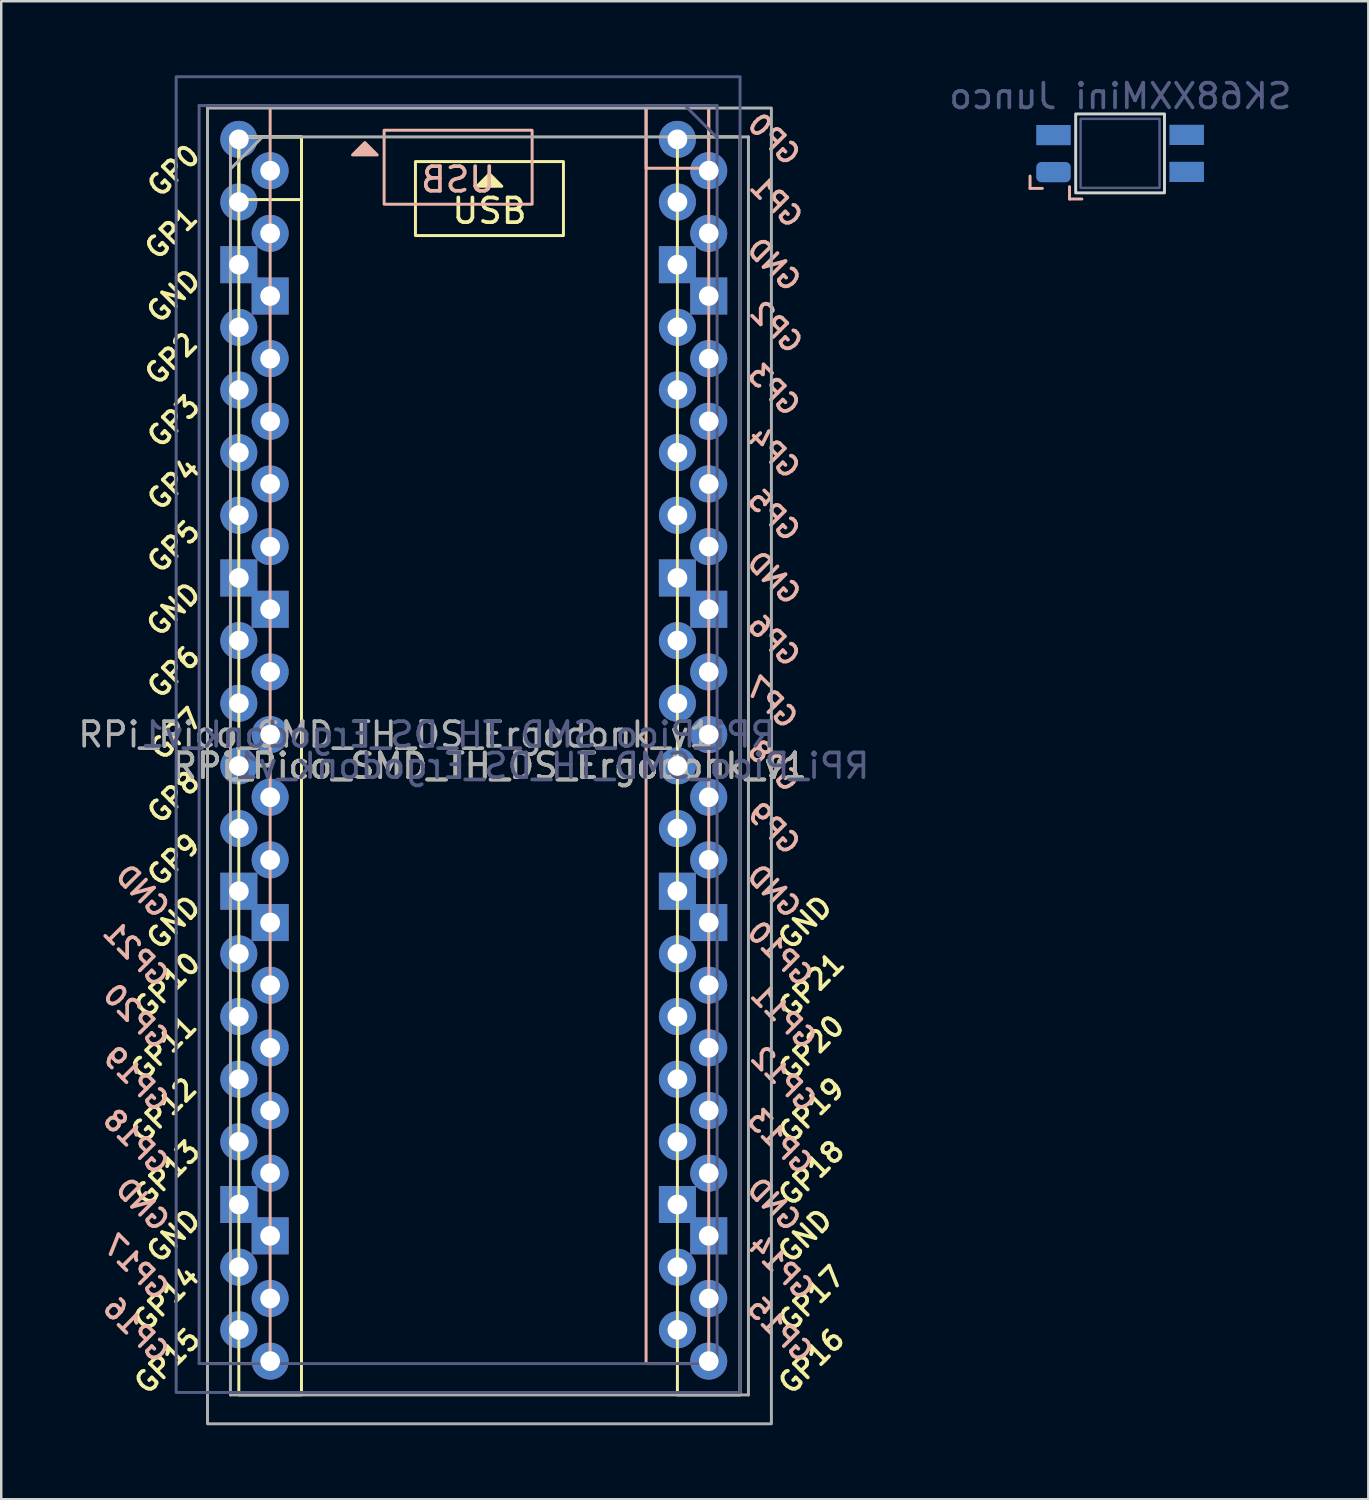
<source format=kicad_pcb>
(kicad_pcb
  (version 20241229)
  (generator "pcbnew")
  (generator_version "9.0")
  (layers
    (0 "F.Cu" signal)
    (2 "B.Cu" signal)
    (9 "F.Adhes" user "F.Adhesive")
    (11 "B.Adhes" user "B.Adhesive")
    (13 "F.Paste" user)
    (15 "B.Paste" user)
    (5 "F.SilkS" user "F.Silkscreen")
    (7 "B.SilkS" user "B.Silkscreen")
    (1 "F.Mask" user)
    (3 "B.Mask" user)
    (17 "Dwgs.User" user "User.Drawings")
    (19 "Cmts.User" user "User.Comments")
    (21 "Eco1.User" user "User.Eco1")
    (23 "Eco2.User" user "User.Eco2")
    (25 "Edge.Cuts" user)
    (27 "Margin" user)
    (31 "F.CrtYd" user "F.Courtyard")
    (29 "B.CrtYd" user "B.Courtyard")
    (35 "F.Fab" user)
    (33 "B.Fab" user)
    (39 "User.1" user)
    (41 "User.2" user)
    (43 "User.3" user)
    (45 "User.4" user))
  (footprint "SK68XXMini Junco"
    (layer "F.Cu")
    (at 42.358 3.168)
    (property "Reference" "SK68XXMini Junco" (at 0.01 -2.32 0) (unlocked yes) (layer "B.Fab") (effects (font (size 1 1) (thickness 0.15)) (justify mirror)))
    (attr smd)
    (fp_line (start -3.65 0.92) (end -3.65 1.42) (stroke (width 0.12) (type solid)) (layer "B.SilkS"))
    (fp_line (start -3.65 1.42) (end -3.15 1.42) (stroke (width 0.12) (type solid)) (layer "B.SilkS"))
    (fp_line (start -2.05 1.35) (end -2.05 1.85) (stroke (width 0.12) (type solid)) (layer "B.SilkS"))
    (fp_line (start -2.05 1.85) (end -1.55 1.85) (stroke (width 0.12) (type solid)) (layer "B.SilkS"))
    (fp_rect (start -1.8 -1.6) (end 1.8 1.6) (stroke (width 0.12) (type solid)) (fill no) (layer "Edge.Cuts"))
    (fp_rect (start -1.6 -1.4) (end 1.6 1.4) (stroke (width 0.1) (type solid)) (fill no) (layer "B.Fab"))
    (pad "1" smd rect (at 2.7 -0.75) (size 1.4 0.82) (layers "B.Cu" "B.Mask" "B.Paste"))
    (pad "2" smd rect (at 2.7 0.75) (size 1.4 0.82) (layers "B.Cu" "B.Mask" "B.Paste"))
    (pad "3" smd roundrect (at -2.7 0.76) (size 1.4 0.82) (layers "B.Cu" "B.Mask" "B.Paste") (roundrect_rratio 0.25))
    (pad "4" smd rect (at -2.7 -0.74) (size 1.4 0.82) (layers "B.Cu" "B.Mask" "B.Paste")))
  (footprint "RPi_Pico_SMD_TH_DS_Ergodonk_v1"
    (layer "F.Cu")
    (at 16.157 27.365)
    (property "Reference" "RPi_Pico_SMD_TH_DS_Ergodonk_v1" (at 0.635 0.635 0) (layer "F.SilkS") (effects (font (size 1 1) (thickness 0.15))))
    (attr through_hole)
    (fp_rect (start -9.525 -24.865) (end -6.985 -22.325) (stroke (width 0.12) (type default)) (fill no) (layer "F.SilkS"))
    (fp_rect (start -9.525 -24.865) (end -6.985 26.135) (stroke (width 0.12) (type default)) (fill no) (layer "F.SilkS"))
    (fp_rect (start -2.365 -23.865) (end 3.635 -20.865) (stroke (width 0.12) (type solid)) (fill no) (layer "F.SilkS"))
    (fp_rect (start 8.255 -24.865) (end 10.795 26.135) (stroke (width 0.12) (type default)) (fill no) (layer "F.SilkS"))
    (fp_poly (pts (xy 1.135 -22.865) (xy 0.135 -22.865) (xy 0.635 -23.365)) (stroke (width 0.12) (type solid)) (fill yes) (layer "F.SilkS"))
    (fp_rect (start -8.255 -26.135) (end -10.795 24.865) (stroke (width 0.12) (type default)) (fill no) (layer "B.SilkS"))
    (fp_rect (start 2.365 -25.135) (end -3.635 -22.135) (stroke (width 0.12) (type solid)) (fill no) (layer "B.SilkS"))
    (fp_rect (start 9.525 -26.135) (end 6.985 -23.595) (stroke (width 0.12) (type default)) (fill no) (layer "B.SilkS"))
    (fp_rect (start 9.525 -26.135) (end 6.985 24.865) (stroke (width 0.12) (type default)) (fill no) (layer "B.SilkS"))
    (fp_poly (pts (xy -4.915 -24.135) (xy -3.915 -24.135) (xy -4.415 -24.635)) (stroke (width 0.12) (type solid)) (fill yes) (layer "B.SilkS"))
    (fp_line (start -11.135 -26.135) (end -11.135 24.865) (stroke (width 0.12) (type solid)) (layer "B.Fab"))
    (fp_line (start -11.135 24.865) (end 9.865 24.865) (stroke (width 0.12) (type solid)) (layer "B.Fab"))
    (fp_line (start 9.865 -26.135) (end -11.135 -26.135) (stroke (width 0.12) (type solid)) (layer "B.Fab"))
    (fp_line (start 9.865 -24.835) (end 8.565 -26.135) (stroke (width 0.12) (type solid)) (layer "B.Fab"))
    (fp_line (start 9.865 24.865) (end 9.865 -26.135) (stroke (width 0.12) (type solid)) (layer "B.Fab"))
    (fp_rect (start 10.795 -27.305) (end -12.065 26.035) (stroke (width 0.12) (type solid)) (fill no) (layer "B.Fab"))
    (fp_line (start -9.865 -24.865) (end 11.135 -24.865) (stroke (width 0.12) (type solid)) (layer "F.Fab"))
    (fp_line (start -9.865 -23.565) (end -8.565 -24.865) (stroke (width 0.12) (type solid)) (layer "F.Fab"))
    (fp_line (start -9.865 26.135) (end -9.865 -24.865) (stroke (width 0.12) (type solid)) (layer "F.Fab"))
    (fp_line (start 11.135 -24.865) (end 11.135 26.135) (stroke (width 0.12) (type solid)) (layer "F.Fab"))
    (fp_line (start 11.135 26.135) (end -9.865 26.135) (stroke (width 0.12) (type solid)) (layer "F.Fab"))
    (fp_rect (start -10.795 -26.035) (end 12.065 27.305) (stroke (width 0.12) (type solid)) (fill no) (layer "F.Fab"))
    (fp_text user "GP2" (at -12.265 -15.875 45) (layer "F.SilkS") (effects (font (size 0.8 0.8) (thickness 0.15))))
    (fp_text user "GP10" (at -12.419 9.525 45) (layer "F.SilkS") (effects (font (size 0.8 0.8) (thickness 0.15))))
    (fp_text user "GP17" (at 13.689 22.225 45) (layer "F.SilkS") (effects (font (size 0.8 0.8) (thickness 0.15))))
    (fp_text user "GP14" (at -12.465 22.225 45) (layer "F.SilkS") (effects (font (size 0.8 0.8) (thickness 0.15))))
    (fp_text user "GP18" (at 13.689 17.145 45) (layer "F.SilkS") (effects (font (size 0.8 0.8) (thickness 0.15))))
    (fp_text user "GP12" (at -12.565 14.605 45) (layer "F.SilkS") (effects (font (size 0.8 0.8) (thickness 0.15))))
    (fp_text user "GP3" (at -12.165 -13.335 45) (layer "F.SilkS") (effects (font (size 0.8 0.8) (thickness 0.15))))
    (fp_text user "GND" (at -12.165 -18.415 45) (layer "F.SilkS") (effects (font (size 0.8 0.8) (thickness 0.15))))
    (fp_text user "GP20" (at 13.689 12.065 45) (layer "F.SilkS") (effects (font (size 0.8 0.8) (thickness 0.15))))
    (fp_text user "GND" (at -12.165 -5.715 45) (layer "F.SilkS") (effects (font (size 0.8 0.8) (thickness 0.15))))
    (fp_text user "USB" (at 0.635 -21.865 0) (unlocked yes) (layer "F.SilkS") (effects (font (size 1 1) (thickness 0.15))))
    (fp_text user "GP7" (at -12.065 -0.665 45) (layer "F.SilkS") (effects (font (size 0.8 0.8) (thickness 0.15))))
    (fp_text user "GP21" (at 13.689 9.535 45) (layer "F.SilkS") (effects (font (size 0.8 0.8) (thickness 0.15))))
    (fp_text user "GP0" (at -12.165 -23.495 45) (layer "F.SilkS") (effects (font (size 0.8 0.8) (thickness 0.15))))
    (fp_text user "GP9" (at -12.165 4.445 45) (layer "F.SilkS") (effects (font (size 0.8 0.8) (thickness 0.15))))
    (fp_text user "GP11" (at -12.565 12.065 45) (layer "F.SilkS") (effects (font (size 0.8 0.8) (thickness 0.15))))
    (fp_text user "GP4" (at -12.165 -10.795 45) (layer "F.SilkS") (effects (font (size 0.8 0.8) (thickness 0.15))))
    (fp_text user "GP16" (at 13.689 24.765 45) (layer "F.SilkS") (effects (font (size 0.8 0.8) (thickness 0.15))))
    (fp_text user "GP19" (at 13.689 14.605 45) (layer "F.SilkS") (effects (font (size 0.8 0.8) (thickness 0.15))))
    (fp_text user "GP15" (at -12.419 24.765 45) (layer "F.SilkS") (effects (font (size 0.8 0.8) (thickness 0.15))))
    (fp_text user "GP6" (at -12.165 -3.175 45) (layer "F.SilkS") (effects (font (size 0.8 0.8) (thickness 0.15))))
    (fp_text user "GND" (at -12.165 19.685 45) (layer "F.SilkS") (effects (font (size 0.8 0.8) (thickness 0.15))))
    (fp_text user "GND" (at -12.165 6.985 45) (layer "F.SilkS") (effects (font (size 0.8 0.8) (thickness 0.15))))
    (fp_text user "GP5" (at -12.165 -8.255 45) (layer "F.SilkS") (effects (font (size 0.8 0.8) (thickness 0.15))))
    (fp_text user "GP1" (at -12.265 -20.965 45) (layer "F.SilkS") (effects (font (size 0.8 0.8) (thickness 0.15))))
    (fp_text user "GP8" (at -12.165 1.905 45) (layer "F.SilkS") (effects (font (size 0.8 0.8) (thickness 0.15))))
    (fp_text user "GP13" (at -12.419 17.145 45) (layer "F.SilkS") (effects (font (size 0.8 0.8) (thickness 0.15))))
    (fp_text user "GND" (at 13.435 6.985 45) (layer "F.SilkS") (effects (font (size 0.8 0.8) (thickness 0.15))))
    (fp_text user "GND" (at 13.435 19.685 45) (layer "F.SilkS") (effects (font (size 0.8 0.8) (thickness 0.15))))
    (fp_text user "GP3" (at 12.165 -14.605 315) (layer "B.SilkS") (effects (font (size 0.8 0.8) (thickness 0.15)) (justify mirror)))
    (fp_text user "GND" (at 12.165 -19.685 315) (layer "B.SilkS") (effects (font (size 0.8 0.8) (thickness 0.15)) (justify mirror)))
    (fp_text user "GP7" (at 12.065 -1.935 315) (layer "B.SilkS") (effects (font (size 0.8 0.8) (thickness 0.15)) (justify mirror)))
    (fp_text user "GP17" (at -13.689 20.955 315) (layer "B.SilkS") (effects (font (size 0.8 0.8) (thickness 0.15)) (justify mirror)))
    (fp_text user "GP20" (at -13.689 10.795 315) (layer "B.SilkS") (effects (font (size 0.8 0.8) (thickness 0.15)) (justify mirror)))
    (fp_text user "GP1" (at 12.265 -22.235 315) (layer "B.SilkS") (effects (font (size 0.8 0.8) (thickness 0.15)) (justify mirror)))
    (fp_text user "GND" (at -13.435 5.715 315) (layer "B.SilkS") (effects (font (size 0.8 0.8) (thickness 0.15)) (justify mirror)))
    (fp_text user "GP10" (at 12.419 8.255 315) (layer "B.SilkS") (effects (font (size 0.8 0.8) (thickness 0.15)) (justify mirror)))
    (fp_text user "GND" (at -13.435 18.415 315) (layer "B.SilkS") (effects (font (size 0.8 0.8) (thickness 0.15)) (justify mirror)))
    (fp_text user "USB" (at -0.635 -23.135 0) (unlocked yes) (layer "B.SilkS") (effects (font (size 1 1) (thickness 0.15)) (justify mirror)))
    (fp_text user "GP12" (at 12.565 13.335 315) (layer "B.SilkS") (effects (font (size 0.8 0.8) (thickness 0.15)) (justify mirror)))
    (fp_text user "GP6" (at 12.165 -4.445 315) (layer "B.SilkS") (effects (font (size 0.8 0.8) (thickness 0.15)) (justify mirror)))
    (fp_text user "GP15" (at 12.419 23.495 315) (layer "B.SilkS") (effects (font (size 0.8 0.8) (thickness 0.15)) (justify mirror)))
    (fp_text user "GP9" (at 12.165 3.175 315) (layer "B.SilkS") (effects (font (size 0.8 0.8) (thickness 0.15)) (justify mirror)))
    (fp_text user "GP2" (at 12.265 -17.145 315) (layer "B.SilkS") (effects (font (size 0.8 0.8) (thickness 0.15)) (justify mirror)))
    (fp_text user "GND" (at 12.165 -6.985 315) (layer "B.SilkS") (effects (font (size 0.8 0.8) (thickness 0.15)) (justify mirror)))
    (fp_text user "GND" (at 12.165 18.415 315) (layer "B.SilkS") (effects (font (size 0.8 0.8) (thickness 0.15)) (justify mirror)))
    (fp_text user "GND" (at 12.165 5.715 315) (layer "B.SilkS") (effects (font (size 0.8 0.8) (thickness 0.15)) (justify mirror)))
    (fp_text user "GP4" (at 12.165 -12.065 315) (layer "B.SilkS") (effects (font (size 0.8 0.8) (thickness 0.15)) (justify mirror)))
    (fp_text user "GP0" (at 12.165 -24.765 315) (layer "B.SilkS") (effects (font (size 0.8 0.8) (thickness 0.15)) (justify mirror)))
    (fp_text user "GP16" (at -13.689 23.495 315) (layer "B.SilkS") (effects (font (size 0.8 0.8) (thickness 0.15)) (justify mirror)))
    (fp_text user "GP13" (at 12.419 15.875 315) (layer "B.SilkS") (effects (font (size 0.8 0.8) (thickness 0.15)) (justify mirror)))
    (fp_text user "GP11" (at 12.565 10.795 315) (layer "B.SilkS") (effects (font (size 0.8 0.8) (thickness 0.15)) (justify mirror)))
    (fp_text user "GP18" (at -13.689 15.875 315) (layer "B.SilkS") (effects (font (size 0.8 0.8) (thickness 0.15)) (justify mirror)))
    (fp_text user "GP14" (at 12.465 20.955 315) (layer "B.SilkS") (effects (font (size 0.8 0.8) (thickness 0.15)) (justify mirror)))
    (fp_text user "GP19" (at -13.689 13.335 315) (layer "B.SilkS") (effects (font (size 0.8 0.8) (thickness 0.15)) (justify mirror)))
    (fp_text user "GP5" (at 12.165 -9.525 315) (layer "B.SilkS") (effects (font (size 0.8 0.8) (thickness 0.15)) (justify mirror)))
    (fp_text user "GP8" (at 12.165 0.635 315) (layer "B.SilkS") (effects (font (size 0.8 0.8) (thickness 0.15)) (justify mirror)))
    (fp_text user "GP21" (at -13.689 8.265 315) (layer "B.SilkS") (effects (font (size 0.8 0.8) (thickness 0.15)) (justify mirror)))
    (fp_text user "${REFERENCE}" (at -0.635 -0.635 180) (layer "B.Fab") (effects (font (size 1 1) (thickness 0.15)) (justify mirror)))
    (fp_text user "${REFERENCE}" (at 3.175 0.635 180) (layer "B.Fab") (effects (font (size 1 1) (thickness 0.15)) (justify mirror)))
    (fp_text user "${REFERENCE}" (at -3.175 -0.635 180) (layer "F.Fab") (effects (font (size 1 1) (thickness 0.15))))
    (fp_text user "${REFERENCE}" (at 0.635 0.635 180) (layer "F.Fab") (effects (font (size 1 1) (thickness 0.15))))
    (pad "1" thru_hole circle (at -8.255 -23.495) (size 1.5 1.5) (drill 0.8) (layers "*.Cu" "B.Mask"))
    (pad "1" thru_hole circle (at 8.255 -24.765) (size 1.5 1.5) (drill 0.8) (layers "*.Cu" "F.Mask"))
    (pad "2" thru_hole circle (at -8.255 -20.955) (size 1.5 1.5) (drill 0.8) (layers "*.Cu" "B.Mask"))
    (pad "2" thru_hole circle (at 8.255 -22.225) (size 1.5 1.5) (drill 0.8) (layers "*.Cu" "F.Mask"))
    (pad "3" thru_hole rect (at -8.255 -18.415) (size 1.5 1.5) (drill 0.8) (layers "*.Cu" "B.Mask"))
    (pad "3" thru_hole rect (at 8.255 -19.685) (size 1.5 1.5) (drill 0.8) (layers "*.Cu" "F.Mask"))
    (pad "4" thru_hole circle (at -8.255 -15.875) (size 1.5 1.5) (drill 0.8) (layers "*.Cu" "B.Mask"))
    (pad "4" thru_hole circle (at 8.255 -17.145) (size 1.5 1.5) (drill 0.8) (layers "*.Cu" "F.Mask"))
    (pad "5" thru_hole circle (at -8.255 -13.335) (size 1.5 1.5) (drill 0.8) (layers "*.Cu" "B.Mask"))
    (pad "5" thru_hole circle (at 8.255 -14.605) (size 1.5 1.5) (drill 0.8) (layers "*.Cu" "F.Mask"))
    (pad "6" thru_hole circle (at -8.255 -10.795) (size 1.5 1.5) (drill 0.8) (layers "*.Cu" "B.Mask"))
    (pad "6" thru_hole circle (at 8.255 -12.065) (size 1.5 1.5) (drill 0.8) (layers "*.Cu" "F.Mask"))
    (pad "7" thru_hole circle (at -8.255 -8.255) (size 1.5 1.5) (drill 0.8) (layers "*.Cu" "B.Mask"))
    (pad "7" thru_hole circle (at 8.255 -9.525) (size 1.5 1.5) (drill 0.8) (layers "*.Cu" "F.Mask"))
    (pad "8" thru_hole rect (at -8.255 -5.715) (size 1.5 1.5) (drill 0.8) (layers "*.Cu" "B.Mask"))
    (pad "8" thru_hole rect (at 8.255 -6.985) (size 1.5 1.5) (drill 0.8) (layers "*.Cu" "F.Mask"))
    (pad "9" thru_hole circle (at -8.255 -3.175) (size 1.5 1.5) (drill 0.8) (layers "*.Cu" "B.Mask"))
    (pad "9" thru_hole circle (at 8.255 -4.445) (size 1.5 1.5) (drill 0.8) (layers "*.Cu" "F.Mask"))
    (pad "10" thru_hole circle (at -8.255 -0.635) (size 1.5 1.5) (drill 0.8) (layers "*.Cu" "B.Mask"))
    (pad "10" thru_hole circle (at 8.255 -1.905) (size 1.5 1.5) (drill 0.8) (layers "*.Cu" "F.Mask"))
    (pad "11" thru_hole circle (at -8.255 1.905) (size 1.5 1.5) (drill 0.8) (layers "*.Cu" "B.Mask"))
    (pad "11" thru_hole circle (at 8.255 0.635) (size 1.5 1.5) (drill 0.8) (layers "*.Cu" "F.Mask"))
    (pad "12" thru_hole circle (at -8.255 4.445) (size 1.5 1.5) (drill 0.8) (layers "*.Cu" "B.Mask"))
    (pad "12" thru_hole circle (at 8.255 3.175) (size 1.5 1.5) (drill 0.8) (layers "*.Cu" "F.Mask"))
    (pad "13" thru_hole rect (at -8.255 6.985) (size 1.5 1.5) (drill 0.8) (layers "*.Cu" "B.Mask"))
    (pad "13" thru_hole rect (at 8.255 5.715) (size 1.5 1.5) (drill 0.8) (layers "*.Cu" "F.Mask"))
    (pad "14" thru_hole circle (at -8.255 9.525) (size 1.5 1.5) (drill 0.8) (layers "*.Cu" "B.Mask"))
    (pad "14" thru_hole circle (at 8.255 8.255) (size 1.5 1.5) (drill 0.8) (layers "*.Cu" "F.Mask"))
    (pad "15" thru_hole circle (at -8.255 12.065) (size 1.5 1.5) (drill 0.8) (layers "*.Cu" "B.Mask"))
    (pad "15" thru_hole circle (at 8.255 10.795) (size 1.5 1.5) (drill 0.8) (layers "*.Cu" "F.Mask"))
    (pad "16" thru_hole circle (at -8.255 14.605) (size 1.5 1.5) (drill 0.8) (layers "*.Cu" "B.Mask"))
    (pad "16" thru_hole circle (at 8.255 13.335) (size 1.5 1.5) (drill 0.8) (layers "*.Cu" "F.Mask"))
    (pad "17" thru_hole circle (at -8.255 17.145) (size 1.5 1.5) (drill 0.8) (layers "*.Cu" "B.Mask"))
    (pad "17" thru_hole circle (at 8.255 15.875) (size 1.5 1.5) (drill 0.8) (layers "*.Cu" "F.Mask"))
    (pad "18" thru_hole rect (at -8.255 19.685) (size 1.5 1.5) (drill 0.8) (layers "*.Cu" "B.Mask"))
    (pad "18" thru_hole rect (at 8.255 18.415) (size 1.5 1.5) (drill 0.8) (layers "*.Cu" "F.Mask"))
    (pad "19" thru_hole circle (at -8.255 22.225) (size 1.5 1.5) (drill 0.8) (layers "*.Cu" "B.Mask"))
    (pad "19" thru_hole circle (at 8.255 20.955) (size 1.5 1.5) (drill 0.8) (layers "*.Cu" "F.Mask"))
    (pad "20" thru_hole circle (at -8.255 24.765) (size 1.5 1.5) (drill 0.8) (layers "*.Cu" "B.Mask"))
    (pad "20" thru_hole circle (at 8.255 23.495) (size 1.5 1.5) (drill 0.8) (layers "*.Cu" "F.Mask"))
    (pad "21" thru_hole circle (at -9.525 23.495) (size 1.5 1.5) (drill 0.8) (layers "*.Cu" "F.Mask"))
    (pad "21" thru_hole circle (at 9.525 24.765) (size 1.5 1.5) (drill 0.8) (layers "*.Cu" "B.Mask"))
    (pad "22" thru_hole circle (at -9.525 20.955) (size 1.5 1.5) (drill 0.8) (layers "*.Cu" "F.Mask"))
    (pad "22" thru_hole circle (at 9.525 22.225) (size 1.5 1.5) (drill 0.8) (layers "*.Cu" "B.Mask"))
    (pad "23" thru_hole rect (at -9.525 18.415) (size 1.5 1.5) (drill 0.8) (layers "*.Cu" "F.Mask"))
    (pad "23" thru_hole rect (at 9.525 19.685) (size 1.5 1.5) (drill 0.8) (layers "*.Cu" "B.Mask"))
    (pad "24" thru_hole circle (at -9.525 15.875) (size 1.5 1.5) (drill 0.8) (layers "*.Cu" "F.Mask"))
    (pad "24" thru_hole circle (at 9.525 17.145) (size 1.5 1.5) (drill 0.8) (layers "*.Cu" "B.Mask"))
    (pad "25" thru_hole circle (at -9.525 13.335) (size 1.5 1.5) (drill 0.8) (layers "*.Cu" "F.Mask"))
    (pad "25" thru_hole circle (at 9.525 14.605) (size 1.5 1.5) (drill 0.8) (layers "*.Cu" "B.Mask"))
    (pad "26" thru_hole circle (at -9.525 10.795) (size 1.5 1.5) (drill 0.8) (layers "*.Cu" "F.Mask"))
    (pad "26" thru_hole circle (at 9.525 12.065) (size 1.5 1.5) (drill 0.8) (layers "*.Cu" "B.Mask"))
    (pad "27" thru_hole circle (at -9.525 8.255) (size 1.5 1.5) (drill 0.8) (layers "*.Cu" "F.Mask"))
    (pad "27" thru_hole circle (at 9.525 9.525) (size 1.5 1.5) (drill 0.8) (layers "*.Cu" "B.Mask"))
    (pad "28" thru_hole rect (at -9.525 5.715) (size 1.5 1.5) (drill 0.8) (layers "*.Cu" "F.Mask"))
    (pad "28" thru_hole rect (at 9.525 6.985) (size 1.5 1.5) (drill 0.8) (layers "*.Cu" "B.Mask"))
    (pad "29" thru_hole circle (at -9.525 3.175) (size 1.5 1.5) (drill 0.8) (layers "*.Cu" "F.Mask"))
    (pad "29" thru_hole circle (at 9.525 4.445) (size 1.5 1.5) (drill 0.8) (layers "*.Cu" "B.Mask"))
    (pad "30" thru_hole circle (at -9.525 0.635) (size 1.5 1.5) (drill 0.8) (layers "*.Cu" "F.Mask"))
    (pad "30" thru_hole circle (at 9.525 1.905) (size 1.5 1.5) (drill 0.8) (layers "*.Cu" "B.Mask"))
    (pad "31" thru_hole circle (at -9.525 -1.905) (size 1.5 1.5) (drill 0.8) (layers "*.Cu" "F.Mask"))
    (pad "31" thru_hole circle (at 9.525 -0.635) (size 1.5 1.5) (drill 0.8) (layers "*.Cu" "B.Mask"))
    (pad "32" thru_hole circle (at -9.525 -4.445) (size 1.5 1.5) (drill 0.8) (layers "*.Cu" "F.Mask"))
    (pad "32" thru_hole circle (at 9.525 -3.175) (size 1.5 1.5) (drill 0.8) (layers "*.Cu" "B.Mask"))
    (pad "33" thru_hole rect (at -9.525 -6.985) (size 1.5 1.5) (drill 0.8) (layers "*.Cu" "F.Mask"))
    (pad "33" thru_hole rect (at 9.525 -5.715) (size 1.5 1.5) (drill 0.8) (layers "*.Cu" "B.Mask"))
    (pad "34" thru_hole circle (at -9.525 -9.525) (size 1.5 1.5) (drill 0.8) (layers "*.Cu" "F.Mask"))
    (pad "34" thru_hole circle (at 9.525 -8.255) (size 1.5 1.5) (drill 0.8) (layers "*.Cu" "B.Mask"))
    (pad "35" thru_hole circle (at -9.525 -12.065) (size 1.5 1.5) (drill 0.8) (layers "*.Cu" "F.Mask"))
    (pad "35" thru_hole circle (at 9.525 -10.795) (size 1.5 1.5) (drill 0.8) (layers "*.Cu" "B.Mask"))
    (pad "36" thru_hole circle (at -9.525 -14.605) (size 1.5 1.5) (drill 0.8) (layers "*.Cu" "F.Mask"))
    (pad "36" thru_hole circle (at 9.525 -13.335) (size 1.5 1.5) (drill 0.8) (layers "*.Cu" "B.Mask"))
    (pad "37" thru_hole circle (at -9.525 -17.145) (size 1.5 1.5) (drill 0.8) (layers "*.Cu" "F.Mask"))
    (pad "37" thru_hole circle (at 9.525 -15.875) (size 1.5 1.5) (drill 0.8) (layers "*.Cu" "B.Mask"))
    (pad "38" thru_hole rect (at -9.525 -19.685) (size 1.5 1.5) (drill 0.8) (layers "*.Cu" "F.Mask"))
    (pad "38" thru_hole rect (at 9.525 -18.415) (size 1.5 1.5) (drill 0.8) (layers "*.Cu" "B.Mask"))
    (pad "39" thru_hole circle (at -9.525 -22.225) (size 1.5 1.5) (drill 0.8) (layers "*.Cu" "F.Mask"))
    (pad "39" thru_hole circle (at 9.525 -20.955) (size 1.5 1.5) (drill 0.8) (layers "*.Cu" "B.Mask"))
    (pad "40" thru_hole circle (at -9.525 -24.765) (size 1.5 1.5) (drill 0.8) (layers "*.Cu" "F.Mask"))
    (pad "40" thru_hole circle (at 9.525 -23.495) (size 1.5 1.5) (drill 0.8) (layers "*.Cu" "B.Mask")))
  (gr_rect
    (start -3 -3)
    (end 52.421 57.73)
    (stroke (width 0.1) (type default))
    (fill no)
    (layer "Edge.Cuts")))
</source>
